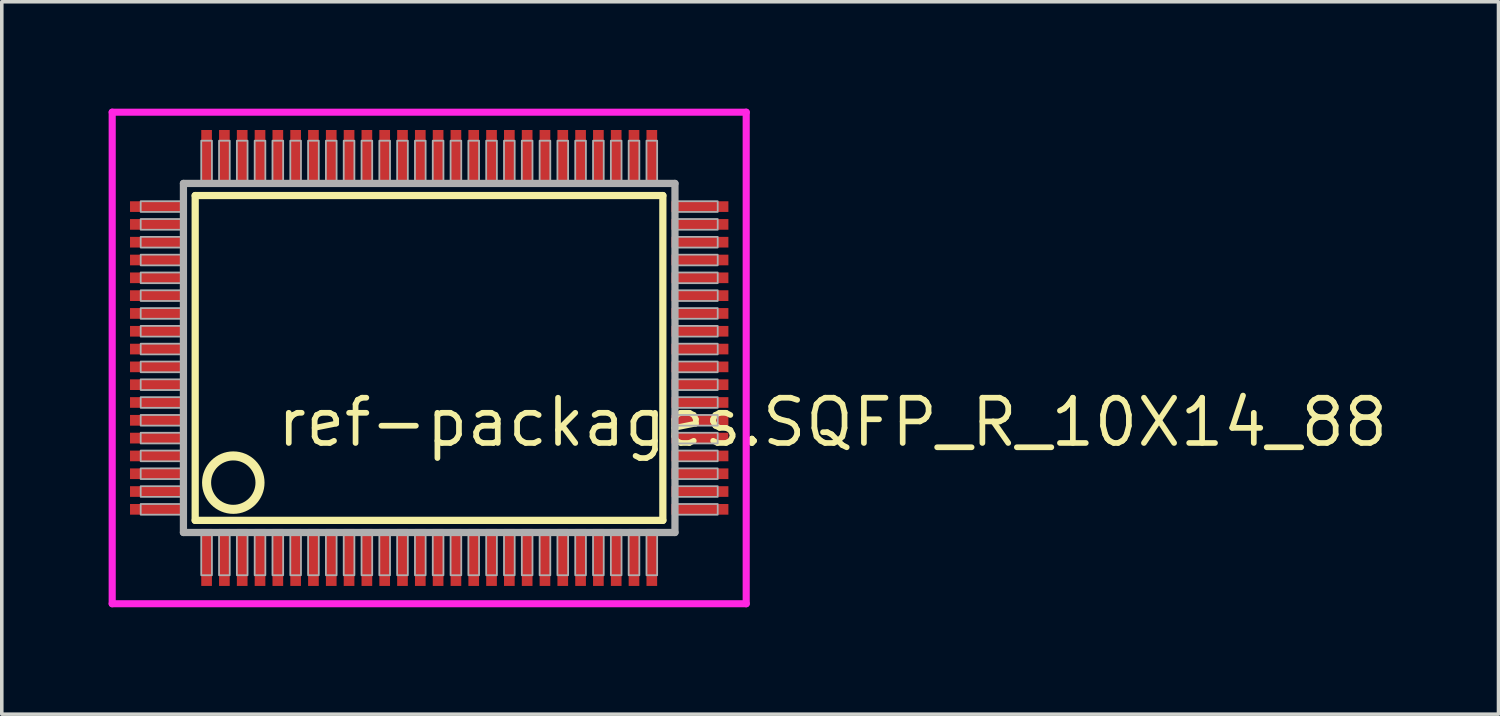
<source format=kicad_pcb>
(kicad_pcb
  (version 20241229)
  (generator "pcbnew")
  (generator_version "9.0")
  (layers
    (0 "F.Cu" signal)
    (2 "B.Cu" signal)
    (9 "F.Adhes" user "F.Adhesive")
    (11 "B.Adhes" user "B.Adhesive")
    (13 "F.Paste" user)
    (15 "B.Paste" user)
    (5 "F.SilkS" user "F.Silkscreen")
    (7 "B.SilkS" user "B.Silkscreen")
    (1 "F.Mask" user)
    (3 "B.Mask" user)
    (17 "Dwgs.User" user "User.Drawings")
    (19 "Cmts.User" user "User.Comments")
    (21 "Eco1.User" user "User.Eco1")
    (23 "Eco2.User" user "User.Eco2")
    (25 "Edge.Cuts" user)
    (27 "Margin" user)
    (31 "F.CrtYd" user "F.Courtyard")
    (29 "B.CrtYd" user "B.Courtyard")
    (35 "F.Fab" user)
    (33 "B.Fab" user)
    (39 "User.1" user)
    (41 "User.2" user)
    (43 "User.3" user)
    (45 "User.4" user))
  (footprint "ref-packages.SQFP_R_10X14_88"
    (layer "F.Cu")
    (at 9 7)
    (property "Reference" "ref-packages.SQFP_R_10X14_88" (at -4.35 2.55 0) (layer "F.SilkS") (effects (font (size 1.27 1.27) (thickness 0.16)) (justify left bottom)))
    (attr smd)
    (fp_line (start -6.57 -4.56) (end 6.56 -4.56) (stroke (width 0.203) (type default)) (layer "F.SilkS"))
    (fp_line (start -6.57 4.56) (end -6.57 -4.56) (stroke (width 0.203) (type default)) (layer "F.SilkS"))
    (fp_line (start 6.56 -4.56) (end 6.56 4.56) (stroke (width 0.203) (type default)) (layer "F.SilkS"))
    (fp_line (start 6.56 4.56) (end -6.57 4.56) (stroke (width 0.203) (type default)) (layer "F.SilkS"))
    (fp_circle (center -5.5 3.5) (end -4.75 3.5) (stroke (width 0.254) (type default)) (fill no) (layer "F.SilkS"))
    (fp_line (start -8.9 -6.9) (end 8.9 -6.9) (stroke (width 0.2) (type default)) (layer "F.CrtYd"))
    (fp_line (start -8.9 6.9) (end -8.9 -6.9) (stroke (width 0.2) (type default)) (layer "F.CrtYd"))
    (fp_line (start 8.9 -6.9) (end 8.9 6.9) (stroke (width 0.2) (type default)) (layer "F.CrtYd"))
    (fp_line (start 8.9 6.9) (end -8.9 6.9) (stroke (width 0.2) (type default)) (layer "F.CrtYd"))
    (fp_line (start -6.9 -4.9) (end -6.9 4.9) (stroke (width 0.203) (type default)) (layer "F.Fab"))
    (fp_line (start -6.9 4.9) (end 6.9 4.9) (stroke (width 0.203) (type default)) (layer "F.Fab"))
    (fp_line (start 6.9 -4.9) (end -6.9 -4.9) (stroke (width 0.203) (type default)) (layer "F.Fab"))
    (fp_line (start 6.9 4.9) (end 6.9 -4.9) (stroke (width 0.203) (type default)) (layer "F.Fab"))
    (fp_rect (start -8.1 -4.1) (end -6.95 -4.4) (stroke (width 0.05) (type default)) (fill no) (layer "F.Fab"))
    (fp_rect (start -8.1 -3.6) (end -6.95 -3.9) (stroke (width 0.05) (type default)) (fill no) (layer "F.Fab"))
    (fp_rect (start -8.1 -3.1) (end -6.95 -3.4) (stroke (width 0.05) (type default)) (fill no) (layer "F.Fab"))
    (fp_rect (start -8.1 -2.6) (end -6.95 -2.9) (stroke (width 0.05) (type default)) (fill no) (layer "F.Fab"))
    (fp_rect (start -8.1 -2.1) (end -6.95 -2.4) (stroke (width 0.05) (type default)) (fill no) (layer "F.Fab"))
    (fp_rect (start -8.1 -1.6) (end -6.95 -1.9) (stroke (width 0.05) (type default)) (fill no) (layer "F.Fab"))
    (fp_rect (start -8.1 -1.1) (end -6.95 -1.4) (stroke (width 0.05) (type default)) (fill no) (layer "F.Fab"))
    (fp_rect (start -8.1 -0.6) (end -6.95 -0.9) (stroke (width 0.05) (type default)) (fill no) (layer "F.Fab"))
    (fp_rect (start -8.1 -0.1) (end -6.95 -0.4) (stroke (width 0.05) (type default)) (fill no) (layer "F.Fab"))
    (fp_rect (start -8.1 0.4) (end -6.95 0.1) (stroke (width 0.05) (type default)) (fill no) (layer "F.Fab"))
    (fp_rect (start -8.1 0.9) (end -6.95 0.6) (stroke (width 0.05) (type default)) (fill no) (layer "F.Fab"))
    (fp_rect (start -8.1 1.4) (end -6.95 1.1) (stroke (width 0.05) (type default)) (fill no) (layer "F.Fab"))
    (fp_rect (start -8.1 1.9) (end -6.95 1.6) (stroke (width 0.05) (type default)) (fill no) (layer "F.Fab"))
    (fp_rect (start -8.1 2.4) (end -6.95 2.1) (stroke (width 0.05) (type default)) (fill no) (layer "F.Fab"))
    (fp_rect (start -8.1 2.9) (end -6.95 2.6) (stroke (width 0.05) (type default)) (fill no) (layer "F.Fab"))
    (fp_rect (start -8.1 3.4) (end -6.95 3.1) (stroke (width 0.05) (type default)) (fill no) (layer "F.Fab"))
    (fp_rect (start -8.1 3.9) (end -6.95 3.6) (stroke (width 0.05) (type default)) (fill no) (layer "F.Fab"))
    (fp_rect (start -8.1 4.4) (end -6.95 4.1) (stroke (width 0.05) (type default)) (fill no) (layer "F.Fab"))
    (fp_rect (start -6.4 -4.95) (end -6.1 -6.1) (stroke (width 0.05) (type default)) (fill no) (layer "F.Fab"))
    (fp_rect (start -6.4 6.1) (end -6.1 4.95) (stroke (width 0.05) (type default)) (fill no) (layer "F.Fab"))
    (fp_rect (start -5.9 -4.95) (end -5.6 -6.1) (stroke (width 0.05) (type default)) (fill no) (layer "F.Fab"))
    (fp_rect (start -5.9 6.1) (end -5.6 4.95) (stroke (width 0.05) (type default)) (fill no) (layer "F.Fab"))
    (fp_rect (start -5.4 -4.95) (end -5.1 -6.1) (stroke (width 0.05) (type default)) (fill no) (layer "F.Fab"))
    (fp_rect (start -5.4 6.1) (end -5.1 4.95) (stroke (width 0.05) (type default)) (fill no) (layer "F.Fab"))
    (fp_rect (start -4.9 -4.95) (end -4.6 -6.1) (stroke (width 0.05) (type default)) (fill no) (layer "F.Fab"))
    (fp_rect (start -4.9 6.1) (end -4.6 4.95) (stroke (width 0.05) (type default)) (fill no) (layer "F.Fab"))
    (fp_rect (start -4.4 -4.95) (end -4.1 -6.1) (stroke (width 0.05) (type default)) (fill no) (layer "F.Fab"))
    (fp_rect (start -4.4 6.1) (end -4.1 4.95) (stroke (width 0.05) (type default)) (fill no) (layer "F.Fab"))
    (fp_rect (start -3.9 -4.95) (end -3.6 -6.1) (stroke (width 0.05) (type default)) (fill no) (layer "F.Fab"))
    (fp_rect (start -3.9 6.1) (end -3.6 4.95) (stroke (width 0.05) (type default)) (fill no) (layer "F.Fab"))
    (fp_rect (start -3.4 -4.95) (end -3.1 -6.1) (stroke (width 0.05) (type default)) (fill no) (layer "F.Fab"))
    (fp_rect (start -3.4 6.1) (end -3.1 4.95) (stroke (width 0.05) (type default)) (fill no) (layer "F.Fab"))
    (fp_rect (start -2.9 -4.95) (end -2.6 -6.1) (stroke (width 0.05) (type default)) (fill no) (layer "F.Fab"))
    (fp_rect (start -2.9 6.1) (end -2.6 4.95) (stroke (width 0.05) (type default)) (fill no) (layer "F.Fab"))
    (fp_rect (start -2.4 -4.95) (end -2.1 -6.1) (stroke (width 0.05) (type default)) (fill no) (layer "F.Fab"))
    (fp_rect (start -2.4 6.1) (end -2.1 4.95) (stroke (width 0.05) (type default)) (fill no) (layer "F.Fab"))
    (fp_rect (start -1.9 -4.95) (end -1.6 -6.1) (stroke (width 0.05) (type default)) (fill no) (layer "F.Fab"))
    (fp_rect (start -1.9 6.1) (end -1.6 4.95) (stroke (width 0.05) (type default)) (fill no) (layer "F.Fab"))
    (fp_rect (start -1.4 -4.95) (end -1.1 -6.1) (stroke (width 0.05) (type default)) (fill no) (layer "F.Fab"))
    (fp_rect (start -1.4 6.1) (end -1.1 4.95) (stroke (width 0.05) (type default)) (fill no) (layer "F.Fab"))
    (fp_rect (start -0.9 -4.95) (end -0.6 -6.1) (stroke (width 0.05) (type default)) (fill no) (layer "F.Fab"))
    (fp_rect (start -0.9 6.1) (end -0.6 4.95) (stroke (width 0.05) (type default)) (fill no) (layer "F.Fab"))
    (fp_rect (start -0.4 -4.95) (end -0.1 -6.1) (stroke (width 0.05) (type default)) (fill no) (layer "F.Fab"))
    (fp_rect (start -0.4 6.1) (end -0.1 4.95) (stroke (width 0.05) (type default)) (fill no) (layer "F.Fab"))
    (fp_rect (start 0.1 -4.95) (end 0.4 -6.1) (stroke (width 0.05) (type default)) (fill no) (layer "F.Fab"))
    (fp_rect (start 0.1 6.1) (end 0.4 4.95) (stroke (width 0.05) (type default)) (fill no) (layer "F.Fab"))
    (fp_rect (start 0.6 -4.95) (end 0.9 -6.1) (stroke (width 0.05) (type default)) (fill no) (layer "F.Fab"))
    (fp_rect (start 0.6 6.1) (end 0.9 4.95) (stroke (width 0.05) (type default)) (fill no) (layer "F.Fab"))
    (fp_rect (start 1.1 -4.95) (end 1.4 -6.1) (stroke (width 0.05) (type default)) (fill no) (layer "F.Fab"))
    (fp_rect (start 1.1 6.1) (end 1.4 4.95) (stroke (width 0.05) (type default)) (fill no) (layer "F.Fab"))
    (fp_rect (start 1.6 -4.95) (end 1.9 -6.1) (stroke (width 0.05) (type default)) (fill no) (layer "F.Fab"))
    (fp_rect (start 1.6 6.1) (end 1.9 4.95) (stroke (width 0.05) (type default)) (fill no) (layer "F.Fab"))
    (fp_rect (start 2.1 -4.95) (end 2.4 -6.1) (stroke (width 0.05) (type default)) (fill no) (layer "F.Fab"))
    (fp_rect (start 2.1 6.1) (end 2.4 4.95) (stroke (width 0.05) (type default)) (fill no) (layer "F.Fab"))
    (fp_rect (start 2.6 -4.95) (end 2.9 -6.1) (stroke (width 0.05) (type default)) (fill no) (layer "F.Fab"))
    (fp_rect (start 2.6 6.1) (end 2.9 4.95) (stroke (width 0.05) (type default)) (fill no) (layer "F.Fab"))
    (fp_rect (start 3.1 -4.95) (end 3.4 -6.1) (stroke (width 0.05) (type default)) (fill no) (layer "F.Fab"))
    (fp_rect (start 3.1 6.1) (end 3.4 4.95) (stroke (width 0.05) (type default)) (fill no) (layer "F.Fab"))
    (fp_rect (start 3.6 -4.95) (end 3.9 -6.1) (stroke (width 0.05) (type default)) (fill no) (layer "F.Fab"))
    (fp_rect (start 3.6 6.1) (end 3.9 4.95) (stroke (width 0.05) (type default)) (fill no) (layer "F.Fab"))
    (fp_rect (start 4.1 -4.95) (end 4.4 -6.1) (stroke (width 0.05) (type default)) (fill no) (layer "F.Fab"))
    (fp_rect (start 4.1 6.1) (end 4.4 4.95) (stroke (width 0.05) (type default)) (fill no) (layer "F.Fab"))
    (fp_rect (start 4.6 -4.95) (end 4.9 -6.1) (stroke (width 0.05) (type default)) (fill no) (layer "F.Fab"))
    (fp_rect (start 4.6 6.1) (end 4.9 4.95) (stroke (width 0.05) (type default)) (fill no) (layer "F.Fab"))
    (fp_rect (start 5.1 -4.95) (end 5.4 -6.1) (stroke (width 0.05) (type default)) (fill no) (layer "F.Fab"))
    (fp_rect (start 5.1 6.1) (end 5.4 4.95) (stroke (width 0.05) (type default)) (fill no) (layer "F.Fab"))
    (fp_rect (start 5.6 -4.95) (end 5.9 -6.1) (stroke (width 0.05) (type default)) (fill no) (layer "F.Fab"))
    (fp_rect (start 5.6 6.1) (end 5.9 4.95) (stroke (width 0.05) (type default)) (fill no) (layer "F.Fab"))
    (fp_rect (start 6.1 -4.95) (end 6.4 -6.1) (stroke (width 0.05) (type default)) (fill no) (layer "F.Fab"))
    (fp_rect (start 6.1 6.1) (end 6.4 4.95) (stroke (width 0.05) (type default)) (fill no) (layer "F.Fab"))
    (fp_rect (start 6.95 -4.1) (end 8.1 -4.4) (stroke (width 0.05) (type default)) (fill no) (layer "F.Fab"))
    (fp_rect (start 6.95 -3.6) (end 8.1 -3.9) (stroke (width 0.05) (type default)) (fill no) (layer "F.Fab"))
    (fp_rect (start 6.95 -3.1) (end 8.1 -3.4) (stroke (width 0.05) (type default)) (fill no) (layer "F.Fab"))
    (fp_rect (start 6.95 -2.6) (end 8.1 -2.9) (stroke (width 0.05) (type default)) (fill no) (layer "F.Fab"))
    (fp_rect (start 6.95 -2.1) (end 8.1 -2.4) (stroke (width 0.05) (type default)) (fill no) (layer "F.Fab"))
    (fp_rect (start 6.95 -1.6) (end 8.1 -1.9) (stroke (width 0.05) (type default)) (fill no) (layer "F.Fab"))
    (fp_rect (start 6.95 -1.1) (end 8.1 -1.4) (stroke (width 0.05) (type default)) (fill no) (layer "F.Fab"))
    (fp_rect (start 6.95 -0.6) (end 8.1 -0.9) (stroke (width 0.05) (type default)) (fill no) (layer "F.Fab"))
    (fp_rect (start 6.95 -0.1) (end 8.1 -0.4) (stroke (width 0.05) (type default)) (fill no) (layer "F.Fab"))
    (fp_rect (start 6.95 0.4) (end 8.1 0.1) (stroke (width 0.05) (type default)) (fill no) (layer "F.Fab"))
    (fp_rect (start 6.95 0.9) (end 8.1 0.6) (stroke (width 0.05) (type default)) (fill no) (layer "F.Fab"))
    (fp_rect (start 6.95 1.4) (end 8.1 1.1) (stroke (width 0.05) (type default)) (fill no) (layer "F.Fab"))
    (fp_rect (start 6.95 1.9) (end 8.1 1.6) (stroke (width 0.05) (type default)) (fill no) (layer "F.Fab"))
    (fp_rect (start 6.95 2.4) (end 8.1 2.1) (stroke (width 0.05) (type default)) (fill no) (layer "F.Fab"))
    (fp_rect (start 6.95 2.9) (end 8.1 2.6) (stroke (width 0.05) (type default)) (fill no) (layer "F.Fab"))
    (fp_rect (start 6.95 3.4) (end 8.1 3.1) (stroke (width 0.05) (type default)) (fill no) (layer "F.Fab"))
    (fp_rect (start 6.95 3.9) (end 8.1 3.6) (stroke (width 0.05) (type default)) (fill no) (layer "F.Fab"))
    (fp_rect (start 6.95 4.4) (end 8.1 4.1) (stroke (width 0.05) (type default)) (fill no) (layer "F.Fab"))
    (pad "1" smd roundrect (at -6.25 5.6) (size 0.3 1.6) (layers "F.Cu" "F.Mask" "F.Paste") (roundrect_rratio 0.01))
    (pad "2" smd roundrect (at -5.75 5.6) (size 0.3 1.6) (layers "F.Cu" "F.Mask" "F.Paste") (roundrect_rratio 0.01))
    (pad "3" smd roundrect (at -5.25 5.6) (size 0.3 1.6) (layers "F.Cu" "F.Mask" "F.Paste") (roundrect_rratio 0.01))
    (pad "4" smd roundrect (at -4.75 5.6) (size 0.3 1.6) (layers "F.Cu" "F.Mask" "F.Paste") (roundrect_rratio 0.01))
    (pad "5" smd roundrect (at -4.25 5.6) (size 0.3 1.6) (layers "F.Cu" "F.Mask" "F.Paste") (roundrect_rratio 0.01))
    (pad "6" smd roundrect (at -3.75 5.6) (size 0.3 1.6) (layers "F.Cu" "F.Mask" "F.Paste") (roundrect_rratio 0.01))
    (pad "7" smd roundrect (at -3.25 5.6) (size 0.3 1.6) (layers "F.Cu" "F.Mask" "F.Paste") (roundrect_rratio 0.01))
    (pad "8" smd roundrect (at -2.75 5.6) (size 0.3 1.6) (layers "F.Cu" "F.Mask" "F.Paste") (roundrect_rratio 0.01))
    (pad "9" smd roundrect (at -2.25 5.6) (size 0.3 1.6) (layers "F.Cu" "F.Mask" "F.Paste") (roundrect_rratio 0.01))
    (pad "10" smd roundrect (at -1.75 5.6) (size 0.3 1.6) (layers "F.Cu" "F.Mask" "F.Paste") (roundrect_rratio 0.01))
    (pad "11" smd roundrect (at -1.25 5.6) (size 0.3 1.6) (layers "F.Cu" "F.Mask" "F.Paste") (roundrect_rratio 0.01))
    (pad "12" smd roundrect (at -0.75 5.6) (size 0.3 1.6) (layers "F.Cu" "F.Mask" "F.Paste") (roundrect_rratio 0.01))
    (pad "13" smd roundrect (at -0.25 5.6) (size 0.3 1.6) (layers "F.Cu" "F.Mask" "F.Paste") (roundrect_rratio 0.01))
    (pad "14" smd roundrect (at 0.25 5.6) (size 0.3 1.6) (layers "F.Cu" "F.Mask" "F.Paste") (roundrect_rratio 0.01))
    (pad "15" smd roundrect (at 0.75 5.6) (size 0.3 1.6) (layers "F.Cu" "F.Mask" "F.Paste") (roundrect_rratio 0.01))
    (pad "16" smd roundrect (at 1.25 5.6) (size 0.3 1.6) (layers "F.Cu" "F.Mask" "F.Paste") (roundrect_rratio 0.01))
    (pad "17" smd roundrect (at 1.75 5.6) (size 0.3 1.6) (layers "F.Cu" "F.Mask" "F.Paste") (roundrect_rratio 0.01))
    (pad "18" smd roundrect (at 2.25 5.6) (size 0.3 1.6) (layers "F.Cu" "F.Mask" "F.Paste") (roundrect_rratio 0.01))
    (pad "19" smd roundrect (at 2.75 5.6) (size 0.3 1.6) (layers "F.Cu" "F.Mask" "F.Paste") (roundrect_rratio 0.01))
    (pad "20" smd roundrect (at 3.25 5.6) (size 0.3 1.6) (layers "F.Cu" "F.Mask" "F.Paste") (roundrect_rratio 0.01))
    (pad "21" smd roundrect (at 3.75 5.6) (size 0.3 1.6) (layers "F.Cu" "F.Mask" "F.Paste") (roundrect_rratio 0.01))
    (pad "22" smd roundrect (at 4.25 5.6) (size 0.3 1.6) (layers "F.Cu" "F.Mask" "F.Paste") (roundrect_rratio 0.01))
    (pad "23" smd roundrect (at 4.75 5.6) (size 0.3 1.6) (layers "F.Cu" "F.Mask" "F.Paste") (roundrect_rratio 0.01))
    (pad "24" smd roundrect (at 5.25 5.6) (size 0.3 1.6) (layers "F.Cu" "F.Mask" "F.Paste") (roundrect_rratio 0.01))
    (pad "25" smd roundrect (at 5.75 5.6) (size 0.3 1.6) (layers "F.Cu" "F.Mask" "F.Paste") (roundrect_rratio 0.01))
    (pad "26" smd roundrect (at 6.25 5.6) (size 0.3 1.6) (layers "F.Cu" "F.Mask" "F.Paste") (roundrect_rratio 0.01))
    (pad "27" smd roundrect (at 7.6 4.25) (size 1.6 0.3) (layers "F.Cu" "F.Mask" "F.Paste") (roundrect_rratio 0.01))
    (pad "28" smd roundrect (at 7.6 3.75) (size 1.6 0.3) (layers "F.Cu" "F.Mask" "F.Paste") (roundrect_rratio 0.01))
    (pad "29" smd roundrect (at 7.6 3.25) (size 1.6 0.3) (layers "F.Cu" "F.Mask" "F.Paste") (roundrect_rratio 0.01))
    (pad "30" smd roundrect (at 7.6 2.75) (size 1.6 0.3) (layers "F.Cu" "F.Mask" "F.Paste") (roundrect_rratio 0.01))
    (pad "31" smd roundrect (at 7.6 2.25) (size 1.6 0.3) (layers "F.Cu" "F.Mask" "F.Paste") (roundrect_rratio 0.01))
    (pad "32" smd roundrect (at 7.6 1.75) (size 1.6 0.3) (layers "F.Cu" "F.Mask" "F.Paste") (roundrect_rratio 0.01))
    (pad "33" smd roundrect (at 7.6 1.25) (size 1.6 0.3) (layers "F.Cu" "F.Mask" "F.Paste") (roundrect_rratio 0.01))
    (pad "34" smd roundrect (at 7.6 0.75) (size 1.6 0.3) (layers "F.Cu" "F.Mask" "F.Paste") (roundrect_rratio 0.01))
    (pad "35" smd roundrect (at 7.6 0.25) (size 1.6 0.3) (layers "F.Cu" "F.Mask" "F.Paste") (roundrect_rratio 0.01))
    (pad "36" smd roundrect (at 7.6 -0.25) (size 1.6 0.3) (layers "F.Cu" "F.Mask" "F.Paste") (roundrect_rratio 0.01))
    (pad "37" smd roundrect (at 7.6 -0.75) (size 1.6 0.3) (layers "F.Cu" "F.Mask" "F.Paste") (roundrect_rratio 0.01))
    (pad "38" smd roundrect (at 7.6 -1.25) (size 1.6 0.3) (layers "F.Cu" "F.Mask" "F.Paste") (roundrect_rratio 0.01))
    (pad "39" smd roundrect (at 7.6 -1.75) (size 1.6 0.3) (layers "F.Cu" "F.Mask" "F.Paste") (roundrect_rratio 0.01))
    (pad "40" smd roundrect (at 7.6 -2.25) (size 1.6 0.3) (layers "F.Cu" "F.Mask" "F.Paste") (roundrect_rratio 0.01))
    (pad "41" smd roundrect (at 7.6 -2.75) (size 1.6 0.3) (layers "F.Cu" "F.Mask" "F.Paste") (roundrect_rratio 0.01))
    (pad "42" smd roundrect (at 7.6 -3.25) (size 1.6 0.3) (layers "F.Cu" "F.Mask" "F.Paste") (roundrect_rratio 0.01))
    (pad "43" smd roundrect (at 7.6 -3.75) (size 1.6 0.3) (layers "F.Cu" "F.Mask" "F.Paste") (roundrect_rratio 0.01))
    (pad "44" smd roundrect (at 7.6 -4.25) (size 1.6 0.3) (layers "F.Cu" "F.Mask" "F.Paste") (roundrect_rratio 0.01))
    (pad "45" smd roundrect (at 6.25 -5.6) (size 0.3 1.6) (layers "F.Cu" "F.Mask" "F.Paste") (roundrect_rratio 0.01))
    (pad "46" smd roundrect (at 5.75 -5.6) (size 0.3 1.6) (layers "F.Cu" "F.Mask" "F.Paste") (roundrect_rratio 0.01))
    (pad "47" smd roundrect (at 5.25 -5.6) (size 0.3 1.6) (layers "F.Cu" "F.Mask" "F.Paste") (roundrect_rratio 0.01))
    (pad "48" smd roundrect (at 4.75 -5.6) (size 0.3 1.6) (layers "F.Cu" "F.Mask" "F.Paste") (roundrect_rratio 0.01))
    (pad "49" smd roundrect (at 4.25 -5.6) (size 0.3 1.6) (layers "F.Cu" "F.Mask" "F.Paste") (roundrect_rratio 0.01))
    (pad "50" smd roundrect (at 3.75 -5.6) (size 0.3 1.6) (layers "F.Cu" "F.Mask" "F.Paste") (roundrect_rratio 0.01))
    (pad "51" smd roundrect (at 3.25 -5.6) (size 0.3 1.6) (layers "F.Cu" "F.Mask" "F.Paste") (roundrect_rratio 0.01))
    (pad "52" smd roundrect (at 2.75 -5.6) (size 0.3 1.6) (layers "F.Cu" "F.Mask" "F.Paste") (roundrect_rratio 0.01))
    (pad "53" smd roundrect (at 2.25 -5.6) (size 0.3 1.6) (layers "F.Cu" "F.Mask" "F.Paste") (roundrect_rratio 0.01))
    (pad "54" smd roundrect (at 1.75 -5.6) (size 0.3 1.6) (layers "F.Cu" "F.Mask" "F.Paste") (roundrect_rratio 0.01))
    (pad "55" smd roundrect (at 1.25 -5.6) (size 0.3 1.6) (layers "F.Cu" "F.Mask" "F.Paste") (roundrect_rratio 0.01))
    (pad "56" smd roundrect (at 0.75 -5.6) (size 0.3 1.6) (layers "F.Cu" "F.Mask" "F.Paste") (roundrect_rratio 0.01))
    (pad "57" smd roundrect (at 0.25 -5.6) (size 0.3 1.6) (layers "F.Cu" "F.Mask" "F.Paste") (roundrect_rratio 0.01))
    (pad "58" smd roundrect (at -0.25 -5.6) (size 0.3 1.6) (layers "F.Cu" "F.Mask" "F.Paste") (roundrect_rratio 0.01))
    (pad "59" smd roundrect (at -0.75 -5.6) (size 0.3 1.6) (layers "F.Cu" "F.Mask" "F.Paste") (roundrect_rratio 0.01))
    (pad "60" smd roundrect (at -1.25 -5.6) (size 0.3 1.6) (layers "F.Cu" "F.Mask" "F.Paste") (roundrect_rratio 0.01))
    (pad "61" smd roundrect (at -1.75 -5.6) (size 0.3 1.6) (layers "F.Cu" "F.Mask" "F.Paste") (roundrect_rratio 0.01))
    (pad "62" smd roundrect (at -2.25 -5.6) (size 0.3 1.6) (layers "F.Cu" "F.Mask" "F.Paste") (roundrect_rratio 0.01))
    (pad "63" smd roundrect (at -2.75 -5.6) (size 0.3 1.6) (layers "F.Cu" "F.Mask" "F.Paste") (roundrect_rratio 0.01))
    (pad "64" smd roundrect (at -3.25 -5.6) (size 0.3 1.6) (layers "F.Cu" "F.Mask" "F.Paste") (roundrect_rratio 0.01))
    (pad "65" smd roundrect (at -3.75 -5.6) (size 0.3 1.6) (layers "F.Cu" "F.Mask" "F.Paste") (roundrect_rratio 0.01))
    (pad "66" smd roundrect (at -4.25 -5.6) (size 0.3 1.6) (layers "F.Cu" "F.Mask" "F.Paste") (roundrect_rratio 0.01))
    (pad "67" smd roundrect (at -4.75 -5.6) (size 0.3 1.6) (layers "F.Cu" "F.Mask" "F.Paste") (roundrect_rratio 0.01))
    (pad "68" smd roundrect (at -5.25 -5.6) (size 0.3 1.6) (layers "F.Cu" "F.Mask" "F.Paste") (roundrect_rratio 0.01))
    (pad "69" smd roundrect (at -5.75 -5.6) (size 0.3 1.6) (layers "F.Cu" "F.Mask" "F.Paste") (roundrect_rratio 0.01))
    (pad "70" smd roundrect (at -6.25 -5.6) (size 0.3 1.6) (layers "F.Cu" "F.Mask" "F.Paste") (roundrect_rratio 0.01))
    (pad "71" smd roundrect (at -7.6 -4.25) (size 1.6 0.3) (layers "F.Cu" "F.Mask" "F.Paste") (roundrect_rratio 0.01))
    (pad "72" smd roundrect (at -7.6 -3.75) (size 1.6 0.3) (layers "F.Cu" "F.Mask" "F.Paste") (roundrect_rratio 0.01))
    (pad "73" smd roundrect (at -7.6 -3.25) (size 1.6 0.3) (layers "F.Cu" "F.Mask" "F.Paste") (roundrect_rratio 0.01))
    (pad "74" smd roundrect (at -7.6 -2.75) (size 1.6 0.3) (layers "F.Cu" "F.Mask" "F.Paste") (roundrect_rratio 0.01))
    (pad "75" smd roundrect (at -7.6 -2.25) (size 1.6 0.3) (layers "F.Cu" "F.Mask" "F.Paste") (roundrect_rratio 0.01))
    (pad "76" smd roundrect (at -7.6 -1.75) (size 1.6 0.3) (layers "F.Cu" "F.Mask" "F.Paste") (roundrect_rratio 0.01))
    (pad "77" smd roundrect (at -7.6 -1.25) (size 1.6 0.3) (layers "F.Cu" "F.Mask" "F.Paste") (roundrect_rratio 0.01))
    (pad "78" smd roundrect (at -7.6 -0.75) (size 1.6 0.3) (layers "F.Cu" "F.Mask" "F.Paste") (roundrect_rratio 0.01))
    (pad "79" smd roundrect (at -7.6 -0.25) (size 1.6 0.3) (layers "F.Cu" "F.Mask" "F.Paste") (roundrect_rratio 0.01))
    (pad "80" smd roundrect (at -7.6 0.25) (size 1.6 0.3) (layers "F.Cu" "F.Mask" "F.Paste") (roundrect_rratio 0.01))
    (pad "81" smd roundrect (at -7.6 0.75) (size 1.6 0.3) (layers "F.Cu" "F.Mask" "F.Paste") (roundrect_rratio 0.01))
    (pad "82" smd roundrect (at -7.6 1.25) (size 1.6 0.3) (layers "F.Cu" "F.Mask" "F.Paste") (roundrect_rratio 0.01))
    (pad "83" smd roundrect (at -7.6 1.75) (size 1.6 0.3) (layers "F.Cu" "F.Mask" "F.Paste") (roundrect_rratio 0.01))
    (pad "84" smd roundrect (at -7.6 2.25) (size 1.6 0.3) (layers "F.Cu" "F.Mask" "F.Paste") (roundrect_rratio 0.01))
    (pad "85" smd roundrect (at -7.6 2.75) (size 1.6 0.3) (layers "F.Cu" "F.Mask" "F.Paste") (roundrect_rratio 0.01))
    (pad "86" smd roundrect (at -7.6 3.25) (size 1.6 0.3) (layers "F.Cu" "F.Mask" "F.Paste") (roundrect_rratio 0.01))
    (pad "87" smd roundrect (at -7.6 3.75) (size 1.6 0.3) (layers "F.Cu" "F.Mask" "F.Paste") (roundrect_rratio 0.01))
    (pad "88" smd roundrect (at -7.6 4.25) (size 1.6 0.3) (layers "F.Cu" "F.Mask" "F.Paste") (roundrect_rratio 0.01)))
  (gr_rect
    (start -3 -3)
    (end 39.021 17)
    (stroke (width 0.1) (type default))
    (fill no)
    (layer "Edge.Cuts")))
</source>
